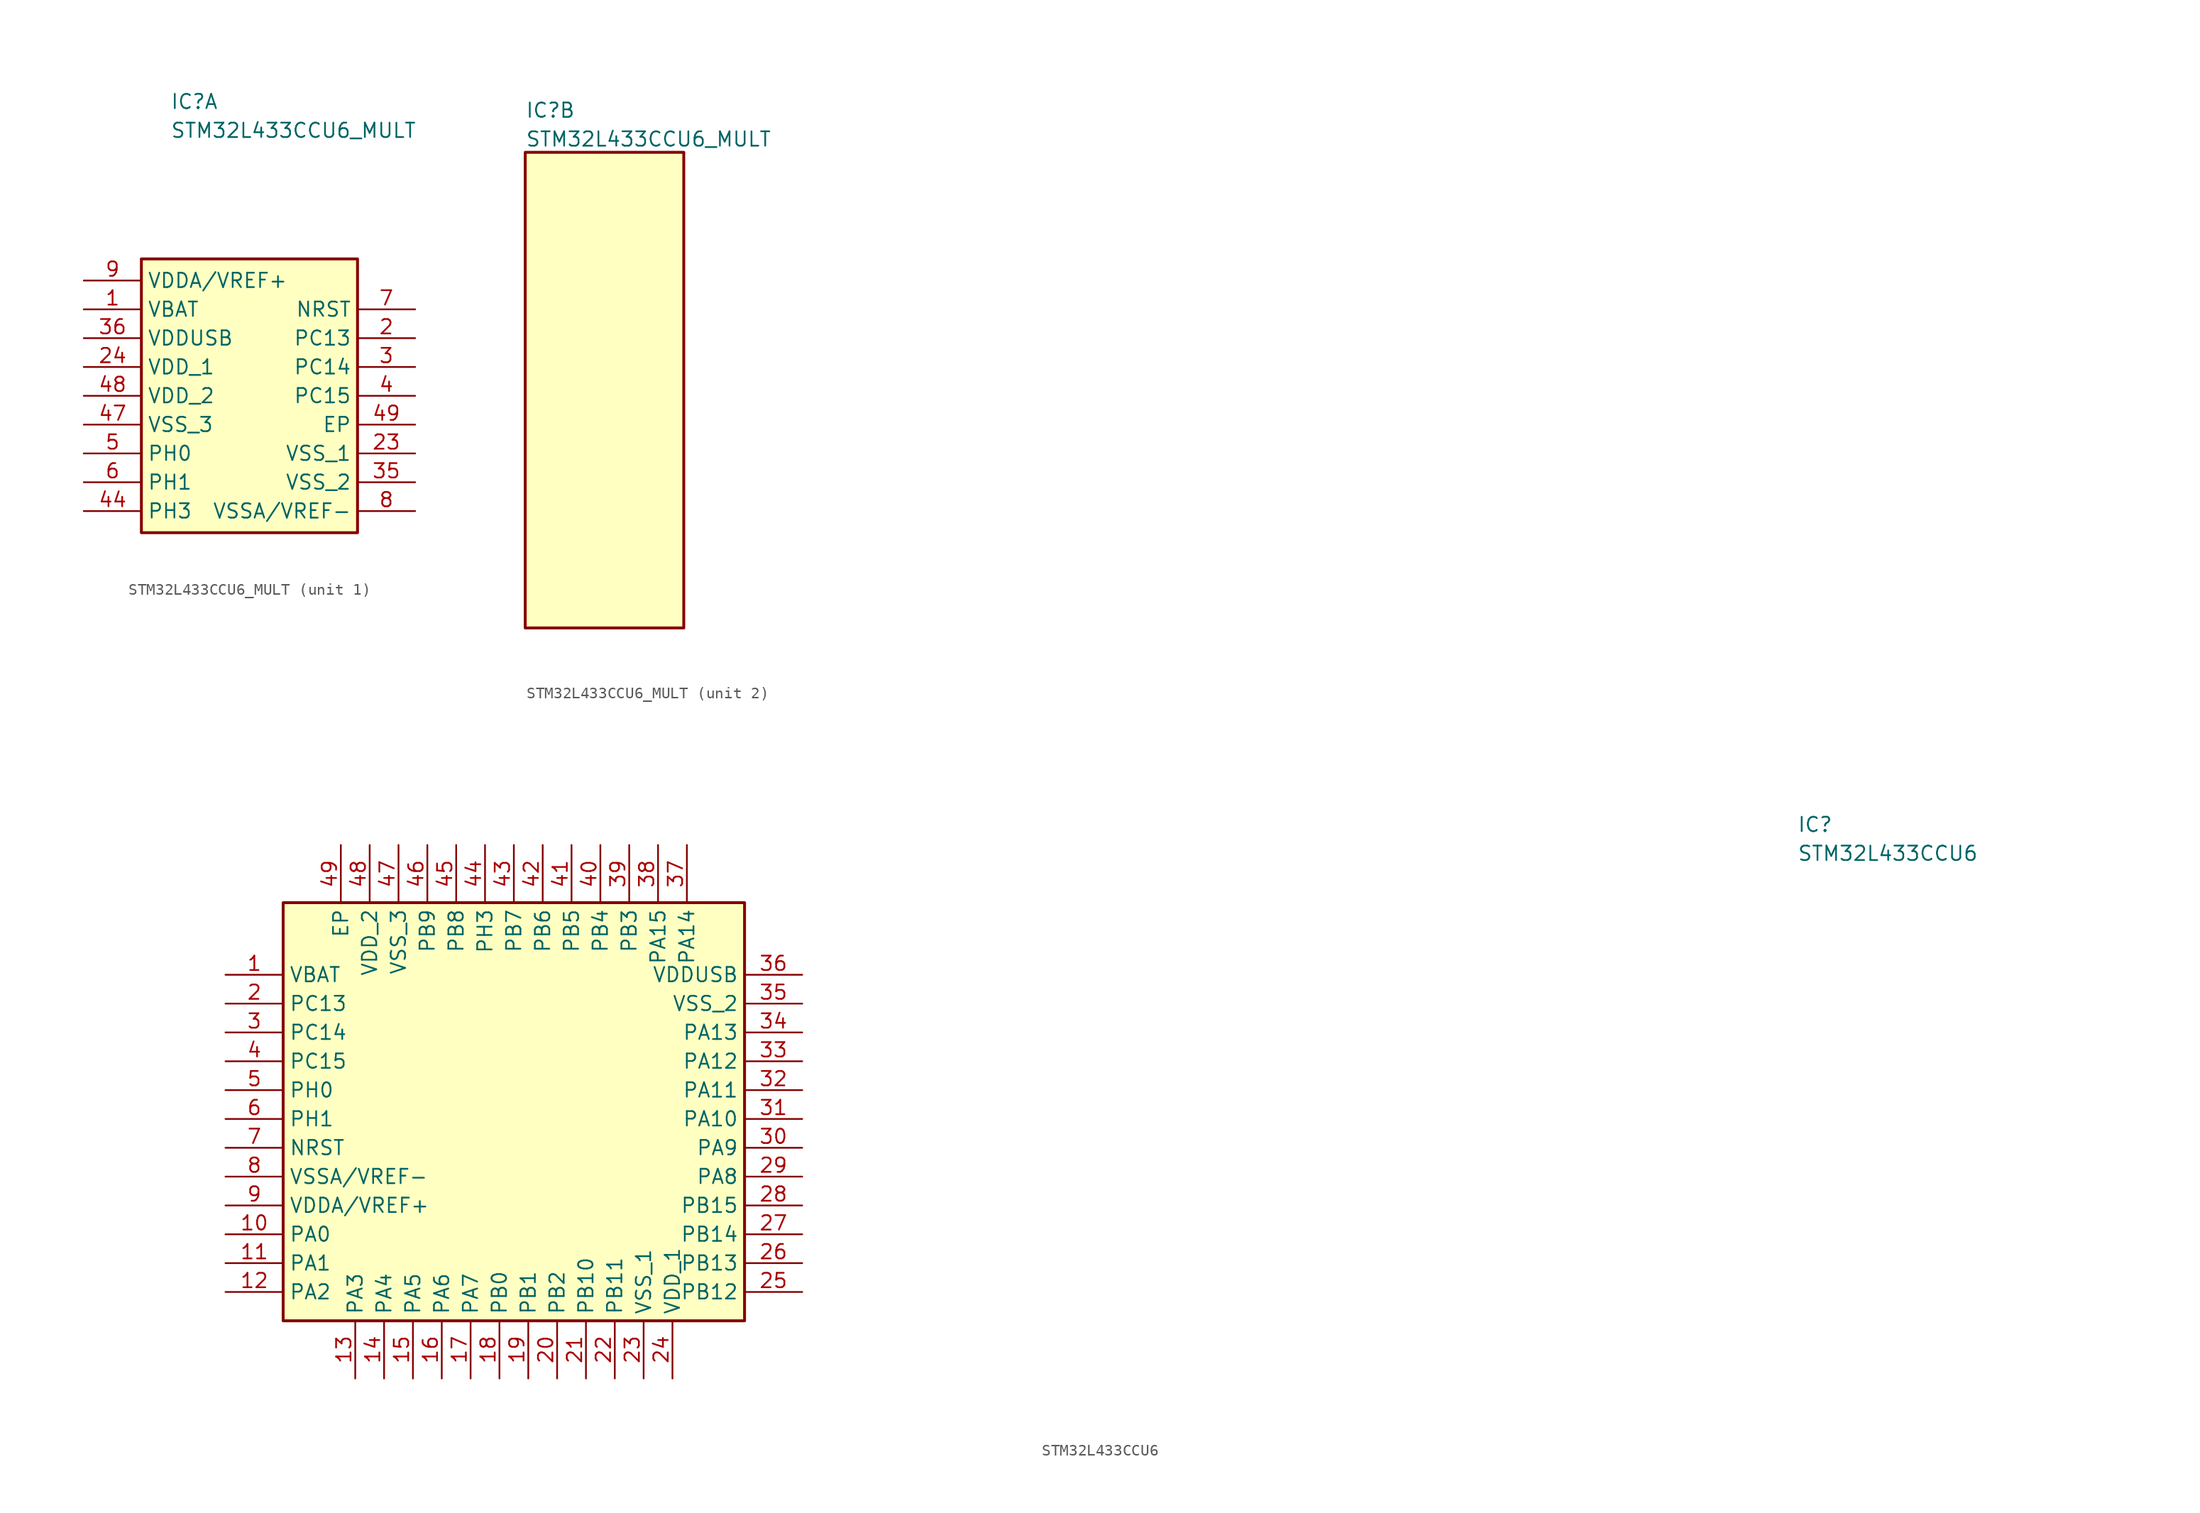
<source format=kicad_sym>
(kicad_symbol_lib
  (version 20241209)
  (generator "kicad_symbol_editor")
  (generator_version "9.0")
  (symbol "STM32L433CCU6_MULT"
    (property "Reference" "IC"
      (at -6.35 26.67 0)
      (effects (font (size 1.27 1.27)) (justify left top)))
    (property "Value" "STM32L433CCU6_MULT"
      (at -6.35 24.13 0)
      (effects (font (size 1.27 1.27)) (justify left top)))
    (symbol "STM32L433CCU6_MULT_1_1"
      (rectangle (start -8.89 12.065) (end 10.16 -12.065) (stroke (width 0.254) (type default)) (fill (type background)))
      (pin power_in line (at -13.97 10.16 0) (length 5.08) (name "VDDA/VREF+" (effects (font (size 1.27 1.27)))) (number "9" (effects (font (size 1.27 1.27)))))
      (pin power_in line (at -13.97 7.62 0) (length 5.08) (name "VBAT" (effects (font (size 1.27 1.27)))) (number "1" (effects (font (size 1.27 1.27)))))
      (pin power_in line (at -13.97 5.08 0) (length 5.08) (name "VDDUSB" (effects (font (size 1.27 1.27)))) (number "36" (effects (font (size 1.27 1.27)))))
      (pin power_in line (at -13.97 2.54 0) (length 5.08) (name "VDD_1" (effects (font (size 1.27 1.27)))) (number "24" (effects (font (size 1.27 1.27)))))
      (pin power_in line (at -13.97 0 0) (length 5.08) (name "VDD_2" (effects (font (size 1.27 1.27)))) (number "48" (effects (font (size 1.27 1.27)))))
      (pin power_in line (at -13.97 -2.54 0) (length 5.08) (name "VSS_3" (effects (font (size 1.27 1.27)))) (number "47" (effects (font (size 1.27 1.27)))))
      (pin passive line (at -13.97 -5.08 0) (length 5.08) (name "PH0" (effects (font (size 1.27 1.27)))) (number "5" (effects (font (size 1.27 1.27)))))
      (pin passive line (at -13.97 -7.62 0) (length 5.08) (name "PH1" (effects (font (size 1.27 1.27)))) (number "6" (effects (font (size 1.27 1.27)))))
      (pin passive line (at -13.97 -10.16 0) (length 5.08) (name "PH3" (effects (font (size 1.27 1.27)))) (number "44" (effects (font (size 1.27 1.27)))))
      (pin passive line (at 15.24 7.62 180) (length 5.08) (name "NRST" (effects (font (size 1.27 1.27)))) (number "7" (effects (font (size 1.27 1.27)))))
      (pin passive line (at 15.24 5.08 180) (length 5.08) (name "PC13" (effects (font (size 1.27 1.27)))) (number "2" (effects (font (size 1.27 1.27)))))
      (pin passive line (at 15.24 2.54 180) (length 5.08) (name "PC14" (effects (font (size 1.27 1.27)))) (number "3" (effects (font (size 1.27 1.27)))))
      (pin passive line (at 15.24 0 180) (length 5.08) (name "PC15" (effects (font (size 1.27 1.27)))) (number "4" (effects (font (size 1.27 1.27)))))
      (pin passive line (at 15.24 -2.54 180) (length 5.08) (name "EP" (effects (font (size 1.27 1.27)))) (number "49" (effects (font (size 1.27 1.27)))))
      (pin power_in line (at 15.24 -5.08 180) (length 5.08) (name "VSS_1" (effects (font (size 1.27 1.27)))) (number "23" (effects (font (size 1.27 1.27)))))
      (pin power_in line (at 15.24 -7.62 180) (length 5.08) (name "VSS_2" (effects (font (size 1.27 1.27)))) (number "35" (effects (font (size 1.27 1.27)))))
      (pin power_in line (at 15.24 -10.16 180) (length 5.08) (name "VSSA/VREF-" (effects (font (size 1.27 1.27)))) (number "8" (effects (font (size 1.27 1.27))))))
    (symbol "STM32L433CCU6_MULT_2_1"
      (rectangle (start -6.35 22.225) (end 7.62 -19.685) (stroke (width 0.254) (type default)) (fill (type background)))))
  (symbol "STM32L433CCU6"
    (property "Reference" "IC"
      (at 113.03 27.94 0)
      (effects (font (size 1.27 1.27)) (justify left top)))
    (property "Value" "STM32L433CCU6"
      (at 113.03 25.4 0)
      (effects (font (size 1.27 1.27)) (justify left top)))
    (symbol "STM32L433CCU6_1_1"
      (rectangle (start -20.32 20.32) (end 20.32 -16.51) (stroke (width 0.254) (type default)) (fill (type background)))
      (pin power_in line (at -25.4 13.97 0) (length 5.08) (name "VBAT" (effects (font (size 1.27 1.27)))) (number "1" (effects (font (size 1.27 1.27)))))
      (pin passive line (at -25.4 11.43 0) (length 5.08) (name "PC13" (effects (font (size 1.27 1.27)))) (number "2" (effects (font (size 1.27 1.27)))))
      (pin passive line (at -25.4 8.89 0) (length 5.08) (name "PC14" (effects (font (size 1.27 1.27)))) (number "3" (effects (font (size 1.27 1.27)))))
      (pin passive line (at -25.4 6.35 0) (length 5.08) (name "PC15" (effects (font (size 1.27 1.27)))) (number "4" (effects (font (size 1.27 1.27)))))
      (pin passive line (at -25.4 3.81 0) (length 5.08) (name "PH0" (effects (font (size 1.27 1.27)))) (number "5" (effects (font (size 1.27 1.27)))))
      (pin passive line (at -25.4 1.27 0) (length 5.08) (name "PH1" (effects (font (size 1.27 1.27)))) (number "6" (effects (font (size 1.27 1.27)))))
      (pin passive line (at -25.4 -1.27 0) (length 5.08) (name "NRST" (effects (font (size 1.27 1.27)))) (number "7" (effects (font (size 1.27 1.27)))))
      (pin power_in line (at -25.4 -3.81 0) (length 5.08) (name "VSSA/VREF-" (effects (font (size 1.27 1.27)))) (number "8" (effects (font (size 1.27 1.27)))))
      (pin power_in line (at -25.4 -6.35 0) (length 5.08) (name "VDDA/VREF+" (effects (font (size 1.27 1.27)))) (number "9" (effects (font (size 1.27 1.27)))))
      (pin passive line (at -25.4 -8.89 0) (length 5.08) (name "PA0" (effects (font (size 1.27 1.27)))) (number "10" (effects (font (size 1.27 1.27)))))
      (pin passive line (at -25.4 -11.43 0) (length 5.08) (name "PA1" (effects (font (size 1.27 1.27)))) (number "11" (effects (font (size 1.27 1.27)))))
      (pin passive line (at -25.4 -13.97 0) (length 5.08) (name "PA2" (effects (font (size 1.27 1.27)))) (number "12" (effects (font (size 1.27 1.27)))))
      (pin passive line (at -15.24 25.4 270) (length 5.08) (name "EP" (effects (font (size 1.27 1.27)))) (number "49" (effects (font (size 1.27 1.27)))))
      (pin passive line (at -13.97 -21.59 90) (length 5.08) (name "PA3" (effects (font (size 1.27 1.27)))) (number "13" (effects (font (size 1.27 1.27)))))
      (pin power_in line (at -12.7 25.4 270) (length 5.08) (name "VDD_2" (effects (font (size 1.27 1.27)))) (number "48" (effects (font (size 1.27 1.27)))))
      (pin passive line (at -11.43 -21.59 90) (length 5.08) (name "PA4" (effects (font (size 1.27 1.27)))) (number "14" (effects (font (size 1.27 1.27)))))
      (pin power_in line (at -10.16 25.4 270) (length 5.08) (name "VSS_3" (effects (font (size 1.27 1.27)))) (number "47" (effects (font (size 1.27 1.27)))))
      (pin passive line (at -8.89 -21.59 90) (length 5.08) (name "PA5" (effects (font (size 1.27 1.27)))) (number "15" (effects (font (size 1.27 1.27)))))
      (pin passive line (at -7.62 25.4 270) (length 5.08) (name "PB9" (effects (font (size 1.27 1.27)))) (number "46" (effects (font (size 1.27 1.27)))))
      (pin passive line (at -6.35 -21.59 90) (length 5.08) (name "PA6" (effects (font (size 1.27 1.27)))) (number "16" (effects (font (size 1.27 1.27)))))
      (pin passive line (at -5.08 25.4 270) (length 5.08) (name "PB8" (effects (font (size 1.27 1.27)))) (number "45" (effects (font (size 1.27 1.27)))))
      (pin passive line (at -3.81 -21.59 90) (length 5.08) (name "PA7" (effects (font (size 1.27 1.27)))) (number "17" (effects (font (size 1.27 1.27)))))
      (pin passive line (at -2.54 25.4 270) (length 5.08) (name "PH3" (effects (font (size 1.27 1.27)))) (number "44" (effects (font (size 1.27 1.27)))))
      (pin passive line (at -1.27 -21.59 90) (length 5.08) (name "PB0" (effects (font (size 1.27 1.27)))) (number "18" (effects (font (size 1.27 1.27)))))
      (pin passive line (at 0 25.4 270) (length 5.08) (name "PB7" (effects (font (size 1.27 1.27)))) (number "43" (effects (font (size 1.27 1.27)))))
      (pin passive line (at 1.27 -21.59 90) (length 5.08) (name "PB1" (effects (font (size 1.27 1.27)))) (number "19" (effects (font (size 1.27 1.27)))))
      (pin passive line (at 2.54 25.4 270) (length 5.08) (name "PB6" (effects (font (size 1.27 1.27)))) (number "42" (effects (font (size 1.27 1.27)))))
      (pin passive line (at 3.81 -21.59 90) (length 5.08) (name "PB2" (effects (font (size 1.27 1.27)))) (number "20" (effects (font (size 1.27 1.27)))))
      (pin passive line (at 5.08 25.4 270) (length 5.08) (name "PB5" (effects (font (size 1.27 1.27)))) (number "41" (effects (font (size 1.27 1.27)))))
      (pin passive line (at 6.35 -21.59 90) (length 5.08) (name "PB10" (effects (font (size 1.27 1.27)))) (number "21" (effects (font (size 1.27 1.27)))))
      (pin passive line (at 7.62 25.4 270) (length 5.08) (name "PB4" (effects (font (size 1.27 1.27)))) (number "40" (effects (font (size 1.27 1.27)))))
      (pin passive line (at 8.89 -21.59 90) (length 5.08) (name "PB11" (effects (font (size 1.27 1.27)))) (number "22" (effects (font (size 1.27 1.27)))))
      (pin passive line (at 10.16 25.4 270) (length 5.08) (name "PB3" (effects (font (size 1.27 1.27)))) (number "39" (effects (font (size 1.27 1.27)))))
      (pin power_in line (at 11.43 -21.59 90) (length 5.08) (name "VSS_1" (effects (font (size 1.27 1.27)))) (number "23" (effects (font (size 1.27 1.27)))))
      (pin passive line (at 12.7 25.4 270) (length 5.08) (name "PA15" (effects (font (size 1.27 1.27)))) (number "38" (effects (font (size 1.27 1.27)))))
      (pin power_in line (at 13.97 -21.59 90) (length 5.08) (name "VDD_1" (effects (font (size 1.27 1.27)))) (number "24" (effects (font (size 1.27 1.27)))))
      (pin passive line (at 15.24 25.4 270) (length 5.08) (name "PA14" (effects (font (size 1.27 1.27)))) (number "37" (effects (font (size 1.27 1.27)))))
      (pin power_in line (at 25.4 13.97 180) (length 5.08) (name "VDDUSB" (effects (font (size 1.27 1.27)))) (number "36" (effects (font (size 1.27 1.27)))))
      (pin power_in line (at 25.4 11.43 180) (length 5.08) (name "VSS_2" (effects (font (size 1.27 1.27)))) (number "35" (effects (font (size 1.27 1.27)))))
      (pin passive line (at 25.4 8.89 180) (length 5.08) (name "PA13" (effects (font (size 1.27 1.27)))) (number "34" (effects (font (size 1.27 1.27)))))
      (pin passive line (at 25.4 6.35 180) (length 5.08) (name "PA12" (effects (font (size 1.27 1.27)))) (number "33" (effects (font (size 1.27 1.27)))))
      (pin passive line (at 25.4 3.81 180) (length 5.08) (name "PA11" (effects (font (size 1.27 1.27)))) (number "32" (effects (font (size 1.27 1.27)))))
      (pin passive line (at 25.4 1.27 180) (length 5.08) (name "PA10" (effects (font (size 1.27 1.27)))) (number "31" (effects (font (size 1.27 1.27)))))
      (pin passive line (at 25.4 -1.27 180) (length 5.08) (name "PA9" (effects (font (size 1.27 1.27)))) (number "30" (effects (font (size 1.27 1.27)))))
      (pin passive line (at 25.4 -3.81 180) (length 5.08) (name "PA8" (effects (font (size 1.27 1.27)))) (number "29" (effects (font (size 1.27 1.27)))))
      (pin passive line (at 25.4 -6.35 180) (length 5.08) (name "PB15" (effects (font (size 1.27 1.27)))) (number "28" (effects (font (size 1.27 1.27)))))
      (pin passive line (at 25.4 -8.89 180) (length 5.08) (name "PB14" (effects (font (size 1.27 1.27)))) (number "27" (effects (font (size 1.27 1.27)))))
      (pin passive line (at 25.4 -11.43 180) (length 5.08) (name "PB13" (effects (font (size 1.27 1.27)))) (number "26" (effects (font (size 1.27 1.27)))))
      (pin passive line (at 25.4 -13.97 180) (length 5.08) (name "PB12" (effects (font (size 1.27 1.27)))) (number "25" (effects (font (size 1.27 1.27))))))))
</source>
